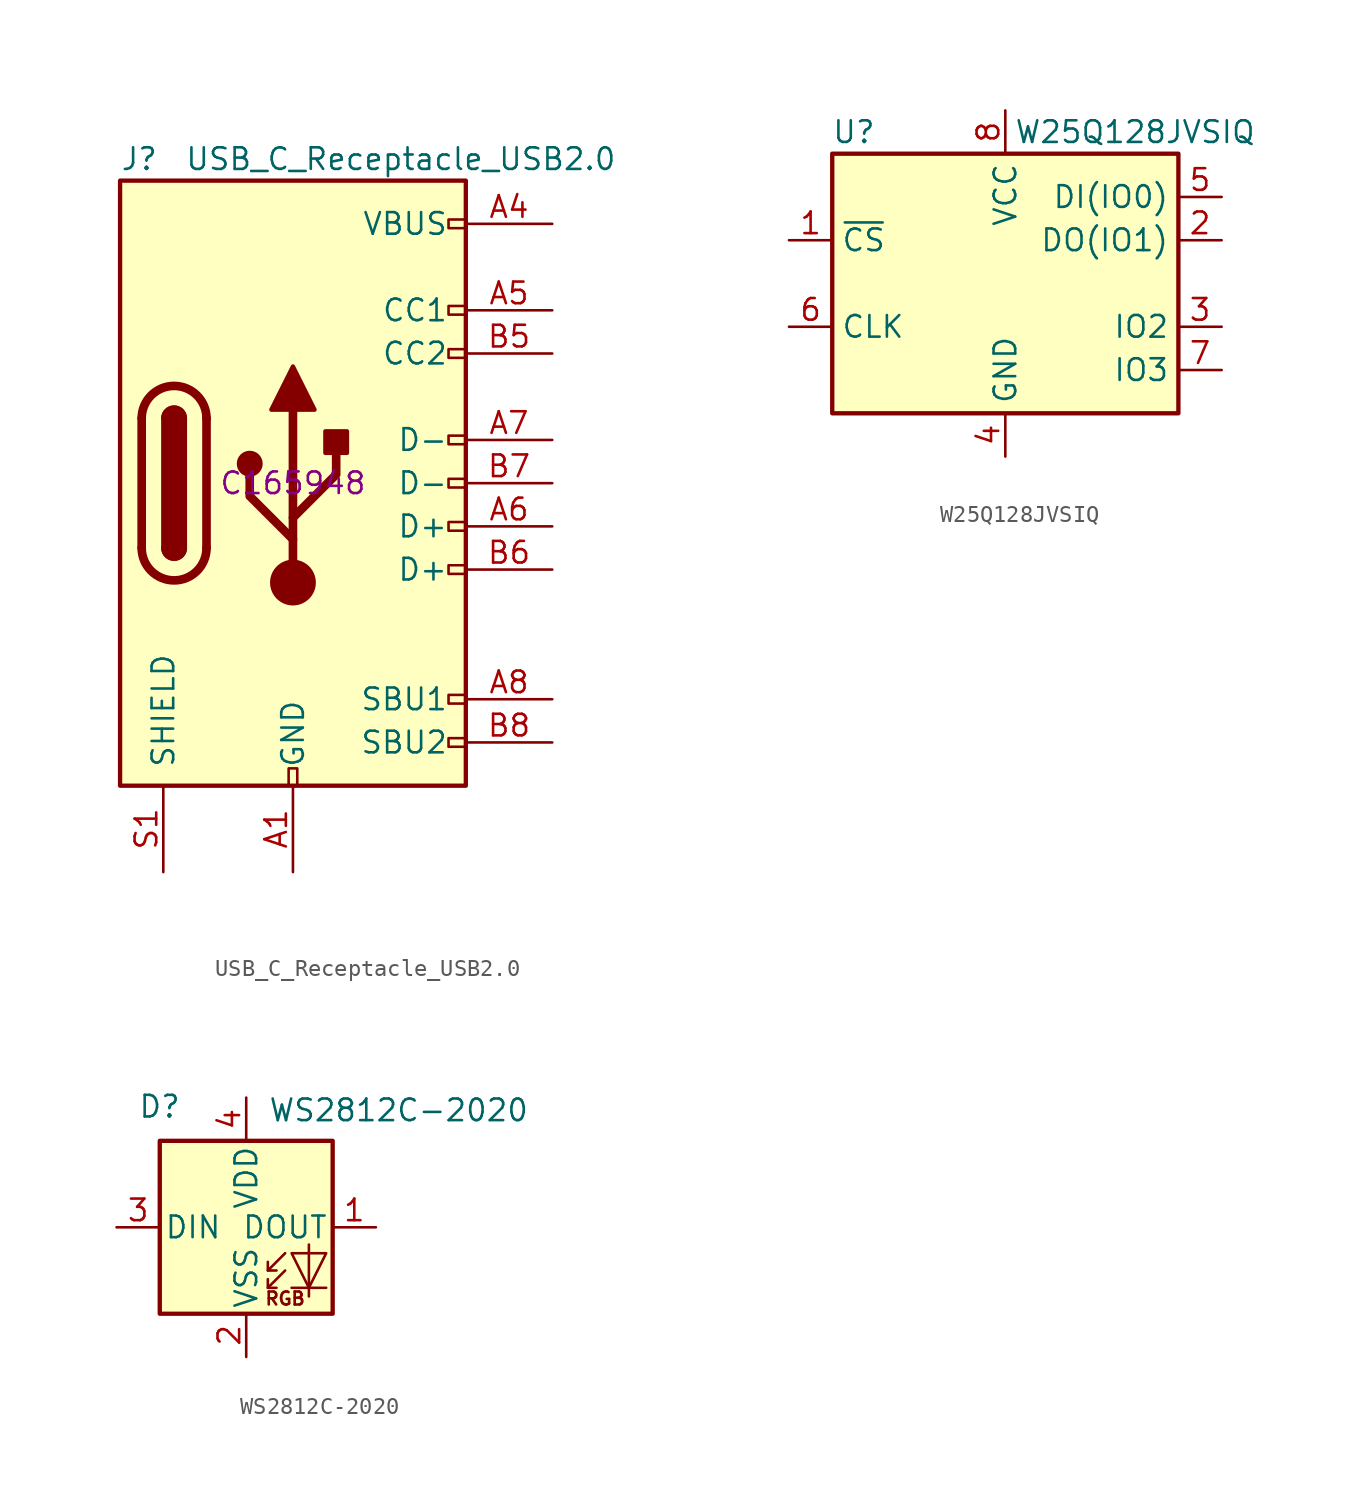
<source format=kicad_sym>
(kicad_symbol_lib
  (version 20211014)
  (generator kicad_symbol_editor)
  (symbol "USB_C_Receptacle_USB2.0"
    (pin_names
      (offset 1.016))
    (property "Reference" "J"
      (at -10.16 19.05 0)
      (effects (font (size 1.27 1.27)) (justify left)))
    (property "Value" "USB_C_Receptacle_USB2.0"
      (at 19.05 19.05 0)
      (effects (font (size 1.27 1.27)) (justify right)))
    (property "LCSC" "C165948"
      (at 0 0 0)
      (effects (font (size 1.27 1.27))))
    (symbol "USB_C_Receptacle_USB2.0_0_0"
      (rectangle (start -0.254 -17.78) (end 0.254 -16.764) (stroke (width 0) (type default) (color 0 0 0 0)) (fill (type none)))
      (rectangle (start 10.16 -14.986) (end 9.144 -15.494) (stroke (width 0) (type default) (color 0 0 0 0)) (fill (type none)))
      (rectangle (start 10.16 -12.446) (end 9.144 -12.954) (stroke (width 0) (type default) (color 0 0 0 0)) (fill (type none)))
      (rectangle (start 10.16 -4.826) (end 9.144 -5.334) (stroke (width 0) (type default) (color 0 0 0 0)) (fill (type none)))
      (rectangle (start 10.16 -2.286) (end 9.144 -2.794) (stroke (width 0) (type default) (color 0 0 0 0)) (fill (type none)))
      (rectangle (start 10.16 0.254) (end 9.144 -0.254) (stroke (width 0) (type default) (color 0 0 0 0)) (fill (type none)))
      (rectangle (start 10.16 2.794) (end 9.144 2.286) (stroke (width 0) (type default) (color 0 0 0 0)) (fill (type none)))
      (rectangle (start 10.16 7.874) (end 9.144 7.366) (stroke (width 0) (type default) (color 0 0 0 0)) (fill (type none)))
      (rectangle (start 10.16 10.414) (end 9.144 9.906) (stroke (width 0) (type default) (color 0 0 0 0)) (fill (type none)))
      (rectangle (start 10.16 15.494) (end 9.144 14.986) (stroke (width 0) (type default) (color 0 0 0 0)) (fill (type none))))
    (symbol "USB_C_Receptacle_USB2.0_0_1"
      (rectangle (start -10.16 17.78) (end 10.16 -17.78) (stroke (width 0.254) (type default) (color 0 0 0 0)) (fill (type background)))
      (arc (start -8.89 -3.81) (mid -6.985 -5.715) (end -5.08 -3.81) (stroke (width 0.508) (type default) (color 0 0 0 0)) (fill (type none)))
      (arc (start -7.62 -3.81) (mid -6.985 -4.445) (end -6.35 -3.81) (stroke (width 0.254) (type default) (color 0 0 0 0)) (fill (type none)))
      (arc (start -7.62 -3.81) (mid -6.985 -4.445) (end -6.35 -3.81) (stroke (width 0.254) (type default) (color 0 0 0 0)) (fill (type outline)))
      (rectangle (start -7.62 -3.81) (end -6.35 3.81) (stroke (width 0.254) (type default) (color 0 0 0 0)) (fill (type outline)))
      (arc (start -6.35 3.81) (mid -6.985 4.445) (end -7.62 3.81) (stroke (width 0.254) (type default) (color 0 0 0 0)) (fill (type none)))
      (arc (start -6.35 3.81) (mid -6.985 4.445) (end -7.62 3.81) (stroke (width 0.254) (type default) (color 0 0 0 0)) (fill (type outline)))
      (arc (start -5.08 3.81) (mid -6.985 5.715) (end -8.89 3.81) (stroke (width 0.508) (type default) (color 0 0 0 0)) (fill (type none)))
      (circle (center -2.54 1.143) (radius 0.635) (stroke (width 0.254) (type default) (color 0 0 0 0)) (fill (type outline)))
      (circle (center 0 -5.842) (radius 1.27) (stroke (width 0) (type default) (color 0 0 0 0)) (fill (type outline)))
      (polyline (pts (xy -8.89 -3.81) (xy -8.89 3.81)) (stroke (width 0.508) (type default) (color 0 0 0 0)) (fill (type none)))
      (polyline (pts (xy -5.08 3.81) (xy -5.08 -3.81)) (stroke (width 0.508) (type default) (color 0 0 0 0)) (fill (type none)))
      (polyline (pts (xy 0 -5.842) (xy 0 4.318)) (stroke (width 0.508) (type default) (color 0 0 0 0)) (fill (type none)))
      (polyline (pts (xy 0 -3.302) (xy -2.54 -0.762) (xy -2.54 0.508)) (stroke (width 0.508) (type default) (color 0 0 0 0)) (fill (type none)))
      (polyline (pts (xy 0 -2.032) (xy 2.54 0.508) (xy 2.54 1.778)) (stroke (width 0.508) (type default) (color 0 0 0 0)) (fill (type none)))
      (polyline (pts (xy -1.27 4.318) (xy 0 6.858) (xy 1.27 4.318) (xy -1.27 4.318)) (stroke (width 0.254) (type default) (color 0 0 0 0)) (fill (type outline)))
      (rectangle (start 1.905 1.778) (end 3.175 3.048) (stroke (width 0.254) (type default) (color 0 0 0 0)) (fill (type outline))))
    (symbol "USB_C_Receptacle_USB2.0_1_1"
      (pin passive line (at 0 -22.86 90) (length 5.08) (name "GND" (effects (font (size 1.27 1.27)))) (number "A1" (effects (font (size 1.27 1.27)))))
      (pin passive line (at 0 -22.86 90) (length 5.08) hide (name "GND" (effects (font (size 1.27 1.27)))) (number "A12" (effects (font (size 1.27 1.27)))))
      (pin passive line (at 15.24 15.24 180) (length 5.08) (name "VBUS" (effects (font (size 1.27 1.27)))) (number "A4" (effects (font (size 1.27 1.27)))))
      (pin bidirectional line (at 15.24 10.16 180) (length 5.08) (name "CC1" (effects (font (size 1.27 1.27)))) (number "A5" (effects (font (size 1.27 1.27)))))
      (pin bidirectional line (at 15.24 -2.54 180) (length 5.08) (name "D+" (effects (font (size 1.27 1.27)))) (number "A6" (effects (font (size 1.27 1.27)))))
      (pin bidirectional line (at 15.24 2.54 180) (length 5.08) (name "D-" (effects (font (size 1.27 1.27)))) (number "A7" (effects (font (size 1.27 1.27)))))
      (pin bidirectional line (at 15.24 -12.7 180) (length 5.08) (name "SBU1" (effects (font (size 1.27 1.27)))) (number "A8" (effects (font (size 1.27 1.27)))))
      (pin passive line (at 15.24 15.24 180) (length 5.08) hide (name "VBUS" (effects (font (size 1.27 1.27)))) (number "A9" (effects (font (size 1.27 1.27)))))
      (pin passive line (at 0 -22.86 90) (length 5.08) hide (name "GND" (effects (font (size 1.27 1.27)))) (number "B1" (effects (font (size 1.27 1.27)))))
      (pin passive line (at 0 -22.86 90) (length 5.08) hide (name "GND" (effects (font (size 1.27 1.27)))) (number "B12" (effects (font (size 1.27 1.27)))))
      (pin passive line (at 15.24 15.24 180) (length 5.08) hide (name "VBUS" (effects (font (size 1.27 1.27)))) (number "B4" (effects (font (size 1.27 1.27)))))
      (pin bidirectional line (at 15.24 7.62 180) (length 5.08) (name "CC2" (effects (font (size 1.27 1.27)))) (number "B5" (effects (font (size 1.27 1.27)))))
      (pin bidirectional line (at 15.24 -5.08 180) (length 5.08) (name "D+" (effects (font (size 1.27 1.27)))) (number "B6" (effects (font (size 1.27 1.27)))))
      (pin bidirectional line (at 15.24 0 180) (length 5.08) (name "D-" (effects (font (size 1.27 1.27)))) (number "B7" (effects (font (size 1.27 1.27)))))
      (pin bidirectional line (at 15.24 -15.24 180) (length 5.08) (name "SBU2" (effects (font (size 1.27 1.27)))) (number "B8" (effects (font (size 1.27 1.27)))))
      (pin passive line (at 15.24 15.24 180) (length 5.08) hide (name "VBUS" (effects (font (size 1.27 1.27)))) (number "B9" (effects (font (size 1.27 1.27)))))
      (pin passive line (at -7.62 -22.86 90) (length 5.08) (name "SHIELD" (effects (font (size 1.27 1.27)))) (number "S1" (effects (font (size 1.27 1.27)))))))
  (symbol "W25Q128JVSIQ"
    (property "Reference" "U"
      (at -8.89 8.89 0)
      (effects (font (size 1.27 1.27))))
    (property "Value" "W25Q128JVSIQ"
      (at 7.62 8.89 0)
      (effects (font (size 1.27 1.27))))
    (symbol "W25Q128JVSIQ_0_1"
      (rectangle (start -10.16 7.62) (end 10.16 -7.62) (stroke (width 0.254) (type default) (color 0 0 0 0)) (fill (type background))))
    (symbol "W25Q128JVSIQ_1_1"
      (pin input line (at -12.7 2.54 0) (length 2.54) (name "~{CS}" (effects (font (size 1.27 1.27)))) (number "1" (effects (font (size 1.27 1.27)))))
      (pin bidirectional line (at 12.7 2.54 180) (length 2.54) (name "DO(IO1)" (effects (font (size 1.27 1.27)))) (number "2" (effects (font (size 1.27 1.27)))))
      (pin bidirectional line (at 12.7 -2.54 180) (length 2.54) (name "IO2" (effects (font (size 1.27 1.27)))) (number "3" (effects (font (size 1.27 1.27)))))
      (pin power_in line (at 0 -10.16 90) (length 2.54) (name "GND" (effects (font (size 1.27 1.27)))) (number "4" (effects (font (size 1.27 1.27)))))
      (pin bidirectional line (at 12.7 5.08 180) (length 2.54) (name "DI(IO0)" (effects (font (size 1.27 1.27)))) (number "5" (effects (font (size 1.27 1.27)))))
      (pin input line (at -12.7 -2.54 0) (length 2.54) (name "CLK" (effects (font (size 1.27 1.27)))) (number "6" (effects (font (size 1.27 1.27)))))
      (pin bidirectional line (at 12.7 -5.08 180) (length 2.54) (name "IO3" (effects (font (size 1.27 1.27)))) (number "7" (effects (font (size 1.27 1.27)))))
      (pin power_in line (at 0 10.16 270) (length 2.54) (name "VCC" (effects (font (size 1.27 1.27)))) (number "8" (effects (font (size 1.27 1.27)))))))
  (symbol "WS2812C-2020"
    (pin_names
      (offset 0.254))
    (property "Reference" "D"
      (at -3.81 6.35 0)
      (effects (font (size 1.27 1.27)) (justify right bottom)))
    (property "Value" "WS2812C-2020"
      (at 1.27 7.62 0)
      (effects (font (size 1.27 1.27)) (justify left top)))
    (symbol "WS2812C-2020_0_0"
      (text "RGB" (at 2.286 -4.191 0) (effects (font (size 0.762 0.762)))))
    (symbol "WS2812C-2020_0_1"
      (polyline (pts (xy 1.27 -3.556) (xy 1.778 -3.556)) (stroke (width 0) (type default) (color 0 0 0 0)) (fill (type none)))
      (polyline (pts (xy 1.27 -2.54) (xy 1.778 -2.54)) (stroke (width 0) (type default) (color 0 0 0 0)) (fill (type none)))
      (polyline (pts (xy 4.699 -3.556) (xy 2.667 -3.556)) (stroke (width 0) (type default) (color 0 0 0 0)) (fill (type none)))
      (polyline (pts (xy 2.286 -2.54) (xy 1.27 -3.556) (xy 1.27 -3.048)) (stroke (width 0) (type default) (color 0 0 0 0)) (fill (type none)))
      (polyline (pts (xy 2.286 -1.524) (xy 1.27 -2.54) (xy 1.27 -2.032)) (stroke (width 0) (type default) (color 0 0 0 0)) (fill (type none)))
      (polyline (pts (xy 3.683 -1.016) (xy 3.683 -3.556) (xy 3.683 -4.064)) (stroke (width 0) (type default) (color 0 0 0 0)) (fill (type none)))
      (polyline (pts (xy 4.699 -1.524) (xy 2.667 -1.524) (xy 3.683 -3.556) (xy 4.699 -1.524)) (stroke (width 0) (type default) (color 0 0 0 0)) (fill (type none)))
      (rectangle (start 5.08 5.08) (end -5.08 -5.08) (stroke (width 0.254) (type default) (color 0 0 0 0)) (fill (type background))))
    (symbol "WS2812C-2020_1_1"
      (pin output line (at 7.62 0 180) (length 2.54) (name "DOUT" (effects (font (size 1.27 1.27)))) (number "1" (effects (font (size 1.27 1.27)))))
      (pin power_in line (at 0 -7.62 90) (length 2.54) (name "VSS" (effects (font (size 1.27 1.27)))) (number "2" (effects (font (size 1.27 1.27)))))
      (pin input line (at -7.62 0 0) (length 2.54) (name "DIN" (effects (font (size 1.27 1.27)))) (number "3" (effects (font (size 1.27 1.27)))))
      (pin power_in line (at 0 7.62 270) (length 2.54) (name "VDD" (effects (font (size 1.27 1.27)))) (number "4" (effects (font (size 1.27 1.27))))))))
</source>
